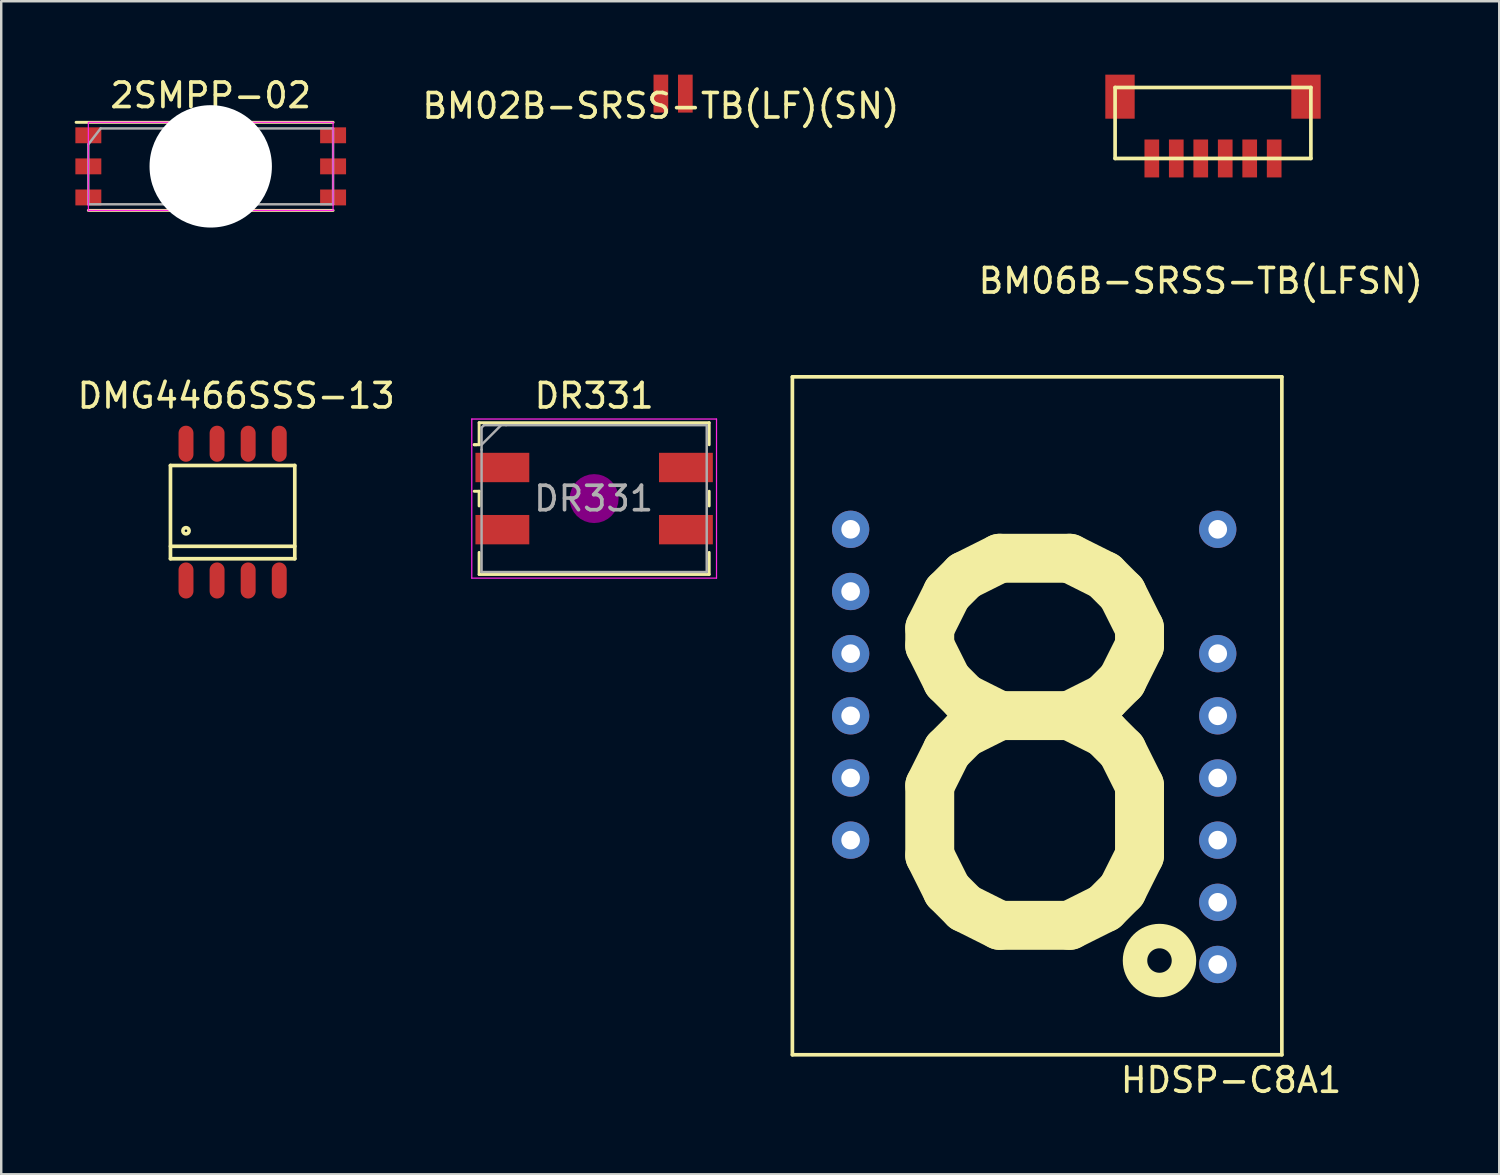
<source format=kicad_pcb>
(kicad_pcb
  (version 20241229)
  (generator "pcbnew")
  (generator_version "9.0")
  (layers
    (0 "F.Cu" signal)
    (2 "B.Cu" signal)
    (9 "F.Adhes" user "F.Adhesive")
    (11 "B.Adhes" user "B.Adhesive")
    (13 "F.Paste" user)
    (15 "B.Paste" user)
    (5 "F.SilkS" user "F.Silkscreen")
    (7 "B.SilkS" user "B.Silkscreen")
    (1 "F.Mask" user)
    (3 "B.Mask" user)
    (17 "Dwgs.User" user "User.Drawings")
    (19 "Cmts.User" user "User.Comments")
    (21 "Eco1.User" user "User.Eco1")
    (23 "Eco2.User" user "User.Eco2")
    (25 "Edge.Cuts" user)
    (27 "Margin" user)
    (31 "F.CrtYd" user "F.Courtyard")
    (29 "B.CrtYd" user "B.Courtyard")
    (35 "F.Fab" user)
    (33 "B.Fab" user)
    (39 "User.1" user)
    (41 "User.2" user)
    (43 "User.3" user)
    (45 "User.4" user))
  (footprint "BM06B-SRSS-TB(LFSN)"
    (layer "F.Cu")
    (at 44.013 3.425)
    (property "Reference" "BM06B-SRSS-TB(LFSN)" (at 2 5 0) (layer "F.SilkS") (effects (font (size 1 1) (thickness 0.15))))
    (attr through_hole)
    (fp_line (start -1.5 -2.9) (end 6.5 -2.9) (stroke (width 0.15) (type solid)) (layer "F.SilkS"))
    (fp_line (start -1.5 0) (end -1.5 -2.9) (stroke (width 0.15) (type solid)) (layer "F.SilkS"))
    (fp_line (start 6.5 -2.9) (end 6.5 0) (stroke (width 0.15) (type solid)) (layer "F.SilkS"))
    (fp_line (start 6.5 0) (end -1.5 0) (stroke (width 0.15) (type solid)) (layer "F.SilkS"))
    (pad "1" smd rect (at 0 0) (size 0.6 1.55) (layers "F.Cu" "F.Mask" "F.Paste"))
    (pad "2" smd rect (at 1 0) (size 0.6 1.55) (layers "F.Cu" "F.Mask" "F.Paste"))
    (pad "3" smd rect (at 2 0) (size 0.6 1.55) (layers "F.Cu" "F.Mask" "F.Paste"))
    (pad "4" smd rect (at 3 0) (size 0.6 1.55) (layers "F.Cu" "F.Mask" "F.Paste"))
    (pad "5" smd rect (at 4 0) (size 0.6 1.55) (layers "F.Cu" "F.Mask" "F.Paste"))
    (pad "6" smd rect (at 5 0) (size 0.6 1.55) (layers "F.Cu" "F.Mask" "F.Paste"))
    (pad "7" smd rect (at -1.3 -2.525) (size 1.2 1.8) (layers "F.Cu" "F.Mask" "F.Paste"))
    (pad "8" smd rect (at 6.3 -2.525) (size 1.2 1.8) (layers "F.Cu" "F.Mask" "F.Paste")))
  (footprint "DMG4466SSS-13"
    (layer "F.Cu")
    (at 6.455 17.875)
    (property "Reference" "DMG4466SSS-13" (at 0.146 -4.754 0) (layer "F.SilkS") (effects (font (size 1 1) (thickness 0.15))))
    (attr through_hole)
    (fp_line (start -2.54 -1.905) (end 2.54 -1.905) (stroke (width 0.15) (type solid)) (layer "F.SilkS"))
    (fp_line (start -2.54 1.397) (end 2.54 1.397) (stroke (width 0.15) (type solid)) (layer "F.SilkS"))
    (fp_line (start -2.54 1.905) (end -2.54 -1.905) (stroke (width 0.15) (type solid)) (layer "F.SilkS"))
    (fp_line (start -2.54 1.905) (end 2.54 1.905) (stroke (width 0.15) (type solid)) (layer "F.SilkS"))
    (fp_line (start 2.54 1.905) (end 2.54 -1.905) (stroke (width 0.15) (type solid)) (layer "F.SilkS"))
    (fp_circle (center -1.905 0.762) (end -1.778 0.762) (stroke (width 0.15) (type solid)) (fill no) (layer "F.SilkS"))
    (pad "D" smd oval (at -1.905 -2.794) (size 0.61 1.473) (layers "F.Cu" "F.Mask" "F.Paste"))
    (pad "D" smd oval (at -0.635 -2.794) (size 0.61 1.473) (layers "F.Cu" "F.Mask" "F.Paste"))
    (pad "D" smd oval (at 0.635 -2.794) (size 0.61 1.473) (layers "F.Cu" "F.Mask" "F.Paste"))
    (pad "D" smd oval (at 1.905 -2.794) (size 0.61 1.473) (layers "F.Cu" "F.Mask" "F.Paste"))
    (pad "G" smd oval (at 1.905 2.794) (size 0.61 1.473) (layers "F.Cu" "F.Mask" "F.Paste"))
    (pad "S" smd oval (at -1.905 2.794) (size 0.61 1.473) (layers "F.Cu" "F.Mask" "F.Paste"))
    (pad "S" smd oval (at -0.635 2.794) (size 0.61 1.473) (layers "F.Cu" "F.Mask" "F.Paste"))
    (pad "S" smd oval (at 0.635 2.794) (size 0.61 1.473) (layers "F.Cu" "F.Mask" "F.Paste")))
  (footprint "DR331"
    (layer "F.Cu")
    (at 21.227 17.322)
    (property "Reference" "DR331" (at 0 -4.2 0) (layer "F.SilkS") (effects (font (size 1 1) (thickness 0.15))))
    (attr smd)
    (fp_line (start -4.9 -2.2) (end -4.8 -2.2) (stroke (width 0.12) (type solid)) (layer "F.SilkS"))
    (fp_line (start -4.9 -0.3) (end -4.7 -0.3) (stroke (width 0.12) (type solid)) (layer "F.SilkS"))
    (fp_line (start -4.7 -3.1) (end -4.7 -2.2) (stroke (width 0.12) (type solid)) (layer "F.SilkS"))
    (fp_line (start -4.7 -3.1) (end 4.7 -3.1) (stroke (width 0.12) (type solid)) (layer "F.SilkS"))
    (fp_line (start -4.7 -2.2) (end -4.9 -2.2) (stroke (width 0.12) (type solid)) (layer "F.SilkS"))
    (fp_line (start -4.7 -0.3) (end -4.7 0.3) (stroke (width 0.12) (type solid)) (layer "F.SilkS"))
    (fp_line (start -4.7 3.1) (end -4.7 2.2) (stroke (width 0.12) (type solid)) (layer "F.SilkS"))
    (fp_line (start 4.7 -3.1) (end 4.7 -2.2) (stroke (width 0.12) (type solid)) (layer "F.SilkS"))
    (fp_line (start 4.7 -0.3) (end 4.7 0.3) (stroke (width 0.12) (type solid)) (layer "F.SilkS"))
    (fp_line (start 4.7 3.1) (end -4.7 3.1) (stroke (width 0.12) (type solid)) (layer "F.SilkS"))
    (fp_line (start 4.7 3.1) (end 4.7 2.2) (stroke (width 0.12) (type solid)) (layer "F.SilkS"))
    (fp_circle (center 0 0) (end 0.5 0) (stroke (width 1) (type solid)) (fill no) (layer "F.Adhes"))
    (fp_line (start -5 -3.25) (end 5 -3.25) (stroke (width 0.05) (type solid)) (layer "F.CrtYd"))
    (fp_line (start -5 3.25) (end -5 -3.25) (stroke (width 0.05) (type solid)) (layer "F.CrtYd"))
    (fp_line (start 5 -3.25) (end 5 3.25) (stroke (width 0.05) (type solid)) (layer "F.CrtYd"))
    (fp_line (start 5 3.25) (end -5 3.25) (stroke (width 0.05) (type solid)) (layer "F.CrtYd"))
    (fp_line (start -4.6 -2.9) (end -4.5 -3) (stroke (width 0.1) (type solid)) (layer "F.Fab"))
    (fp_line (start -4.6 -2.2) (end -3.8 -3) (stroke (width 0.1) (type solid)) (layer "F.Fab"))
    (fp_line (start -4.6 -2) (end -4.6 -2.9) (stroke (width 0.1) (type solid)) (layer "F.Fab"))
    (fp_line (start -4.6 -2) (end -4.6 3) (stroke (width 0.1) (type solid)) (layer "F.Fab"))
    (fp_line (start -4.5 -3) (end -3.6 -3) (stroke (width 0.1) (type solid)) (layer "F.Fab"))
    (fp_line (start -3.6 -3) (end 4.6 -3) (stroke (width 0.1) (type solid)) (layer "F.Fab"))
    (fp_line (start 4.6 -3) (end 4.6 3) (stroke (width 0.1) (type solid)) (layer "F.Fab"))
    (fp_line (start 4.6 3) (end -4.6 3) (stroke (width 0.1) (type solid)) (layer "F.Fab"))
    (fp_text user "${REFERENCE}" (at -0.02 0 0) (layer "F.Fab") (effects (font (size 1 1) (thickness 0.15))))
    (pad "1" smd rect (at -3.75 -1.27) (size 2.2 1.2) (layers "F.Cu" "F.Mask" "F.Paste"))
    (pad "2" smd rect (at -3.75 1.27) (size 2.2 1.2) (layers "F.Cu" "F.Mask" "F.Paste"))
    (pad "3" smd rect (at 3.75 1.27) (size 2.2 1.2) (layers "F.Cu" "F.Mask" "F.Paste"))
    (pad "4" smd rect (at 3.75 -1.27) (size 2.2 1.2) (layers "F.Cu" "F.Mask" "F.Paste")))
  (footprint "BM02B-SRSS-TB(LF)(SN)"
    (layer "F.Cu")
    (at 23.953 0.775)
    (property "Reference" "BM02B-SRSS-TB(LF)(SN)" (at 0 0.5 0) (layer "F.SilkS") (effects (font (size 1 1) (thickness 0.15))))
    (attr through_hole)
    (pad "1" smd rect (at 0 0) (size 0.6 1.55) (layers "F.Cu" "F.Mask" "F.Paste"))
    (pad "2" smd rect (at 1 0) (size 0.6 1.55) (layers "F.Cu" "F.Mask" "F.Paste")))
  (footprint "2SMPP-02"
    (layer "F.Cu")
    (at 5.56 3.748)
    (property "Reference" "2SMPP-02" (at 0 -2.9 0) (layer "F.SilkS") (effects (font (size 1 1) (thickness 0.15))))
    (attr smd)
    (fp_line (start -5 1.8) (end 5 1.8) (stroke (width 0.12) (type solid)) (layer "F.SilkS"))
    (fp_line (start 5 -1.8) (end -5.5 -1.8) (stroke (width 0.12) (type solid)) (layer "F.SilkS"))
    (fp_line (start -5 -1.8) (end 5 -1.8) (stroke (width 0.05) (type solid)) (layer "F.CrtYd"))
    (fp_line (start -5 1.822) (end -5 -1.778) (stroke (width 0.05) (type solid)) (layer "F.CrtYd"))
    (fp_line (start 5 -1.8) (end 5 1.8) (stroke (width 0.05) (type solid)) (layer "F.CrtYd"))
    (fp_line (start 5 1.8) (end -5 1.8) (stroke (width 0.05) (type solid)) (layer "F.CrtYd"))
    (fp_line (start -5 -0.9) (end -5 1.55) (stroke (width 0.1) (type solid)) (layer "F.Fab"))
    (fp_line (start -5 -0.9) (end -4.5 -1.55) (stroke (width 0.1) (type solid)) (layer "F.Fab"))
    (fp_line (start -5 1.55) (end 5 1.55) (stroke (width 0.1) (type solid)) (layer "F.Fab"))
    (fp_line (start 5 -1.55) (end -4.5 -1.55) (stroke (width 0.1) (type solid)) (layer "F.Fab"))
    (fp_line (start 5 -1.55) (end 5 1.55) (stroke (width 0.1) (type solid)) (layer "F.Fab"))
    (fp_text user "${REFERENCE}" (at 0 0 90) (layer "F.Fab") (effects (font (size 0.5 0.5) (thickness 0.075))))
    (pad "" np_thru_hole circle (at 0 0) (size 5 5) (drill 5) (layers "*.Cu" "*.Mask"))
    (pad "1" smd rect (at -5 -1.27) (size 1.06 0.65) (layers "F.Cu" "F.Mask" "F.Paste"))
    (pad "2" smd rect (at -5 0) (size 1.06 0.65) (layers "F.Cu" "F.Mask" "F.Paste"))
    (pad "3" smd rect (at -5 1.27) (size 1.06 0.65) (layers "F.Cu" "F.Mask" "F.Paste"))
    (pad "4" smd rect (at 5 1.27) (size 1.06 0.65) (layers "F.Cu" "F.Mask" "F.Paste"))
    (pad "5" smd rect (at 5 0) (size 1.06 0.65) (layers "F.Cu" "F.Mask" "F.Paste"))
    (pad "6" smd rect (at 5 -1.27) (size 1.06 0.65) (layers "F.Cu" "F.Mask" "F.Paste")))
  (footprint "HDSP-C8A1"
    (layer "F.Cu")
    (at 39.327 26.198)
    (property "Reference" "HDSP-C8A1" (at 7.925 14.884 0) (layer "F.SilkS") (effects (font (size 1 1) (thickness 0.15))))
    (attr through_hole)
    (fp_line (start -10 -13.85) (end -10 13.85) (stroke (width 0.15) (type solid)) (layer "F.SilkS"))
    (fp_line (start -10 -13.85) (end 10 -13.85) (stroke (width 0.15) (type solid)) (layer "F.SilkS"))
    (fp_line (start -10 13.85) (end 10 13.85) (stroke (width 0.15) (type solid)) (layer "F.SilkS"))
    (fp_line (start 10 -13.85) (end 10 13.85) (stroke (width 0.15) (type solid)) (layer "F.SilkS"))
    (fp_circle (center 5 10) (end 6 10) (stroke (width 1) (type solid)) (fill no) (layer "F.SilkS"))
    (fp_text user "8" (at -0.102 1.727 0) (layer "F.SilkS") (effects (font (size 15 15) (thickness 2))))
    (pad "1" thru_hole circle (at -7.62 -7.62) (size 1.524 1.524) (drill 0.762) (layers "*.Cu" "*.Mask"))
    (pad "2" thru_hole circle (at -7.62 -5.08) (size 1.524 1.524) (drill 0.762) (layers "*.Cu" "*.Mask"))
    (pad "3" thru_hole circle (at -7.62 -2.54) (size 1.524 1.524) (drill 0.762) (layers "*.Cu" "*.Mask"))
    (pad "4" thru_hole circle (at -7.62 0) (size 1.524 1.524) (drill 0.762) (layers "*.Cu" "*.Mask"))
    (pad "5" thru_hole circle (at -7.62 2.54) (size 1.524 1.524) (drill 0.762) (layers "*.Cu" "*.Mask"))
    (pad "6" thru_hole circle (at -7.62 5.08) (size 1.524 1.524) (drill 0.762) (layers "*.Cu" "*.Mask"))
    (pad "9" thru_hole circle (at 7.38 10.16) (size 1.524 1.524) (drill 0.762) (layers "*.Cu" "*.Mask"))
    (pad "10" thru_hole circle (at 7.38 7.62) (size 1.524 1.524) (drill 0.762) (layers "*.Cu" "*.Mask"))
    (pad "11" thru_hole circle (at 7.38 5.08) (size 1.524 1.524) (drill 0.762) (layers "*.Cu" "*.Mask"))
    (pad "12" thru_hole circle (at 7.38 2.54) (size 1.524 1.524) (drill 0.762) (layers "*.Cu" "*.Mask"))
    (pad "13" thru_hole circle (at 7.38 0) (size 1.524 1.524) (drill 0.762) (layers "*.Cu" "*.Mask"))
    (pad "14" thru_hole circle (at 7.38 -2.54) (size 1.524 1.524) (drill 0.762) (layers "*.Cu" "*.Mask"))
    (pad "16" thru_hole circle (at 7.38 -7.62) (size 1.524 1.524) (drill 0.762) (layers "*.Cu" "*.Mask")))
  (gr_rect
    (start -3 -3)
    (end 58.209 44.931)
    (stroke (width 0.1) (type default))
    (fill no)
    (layer "Edge.Cuts")))
</source>
